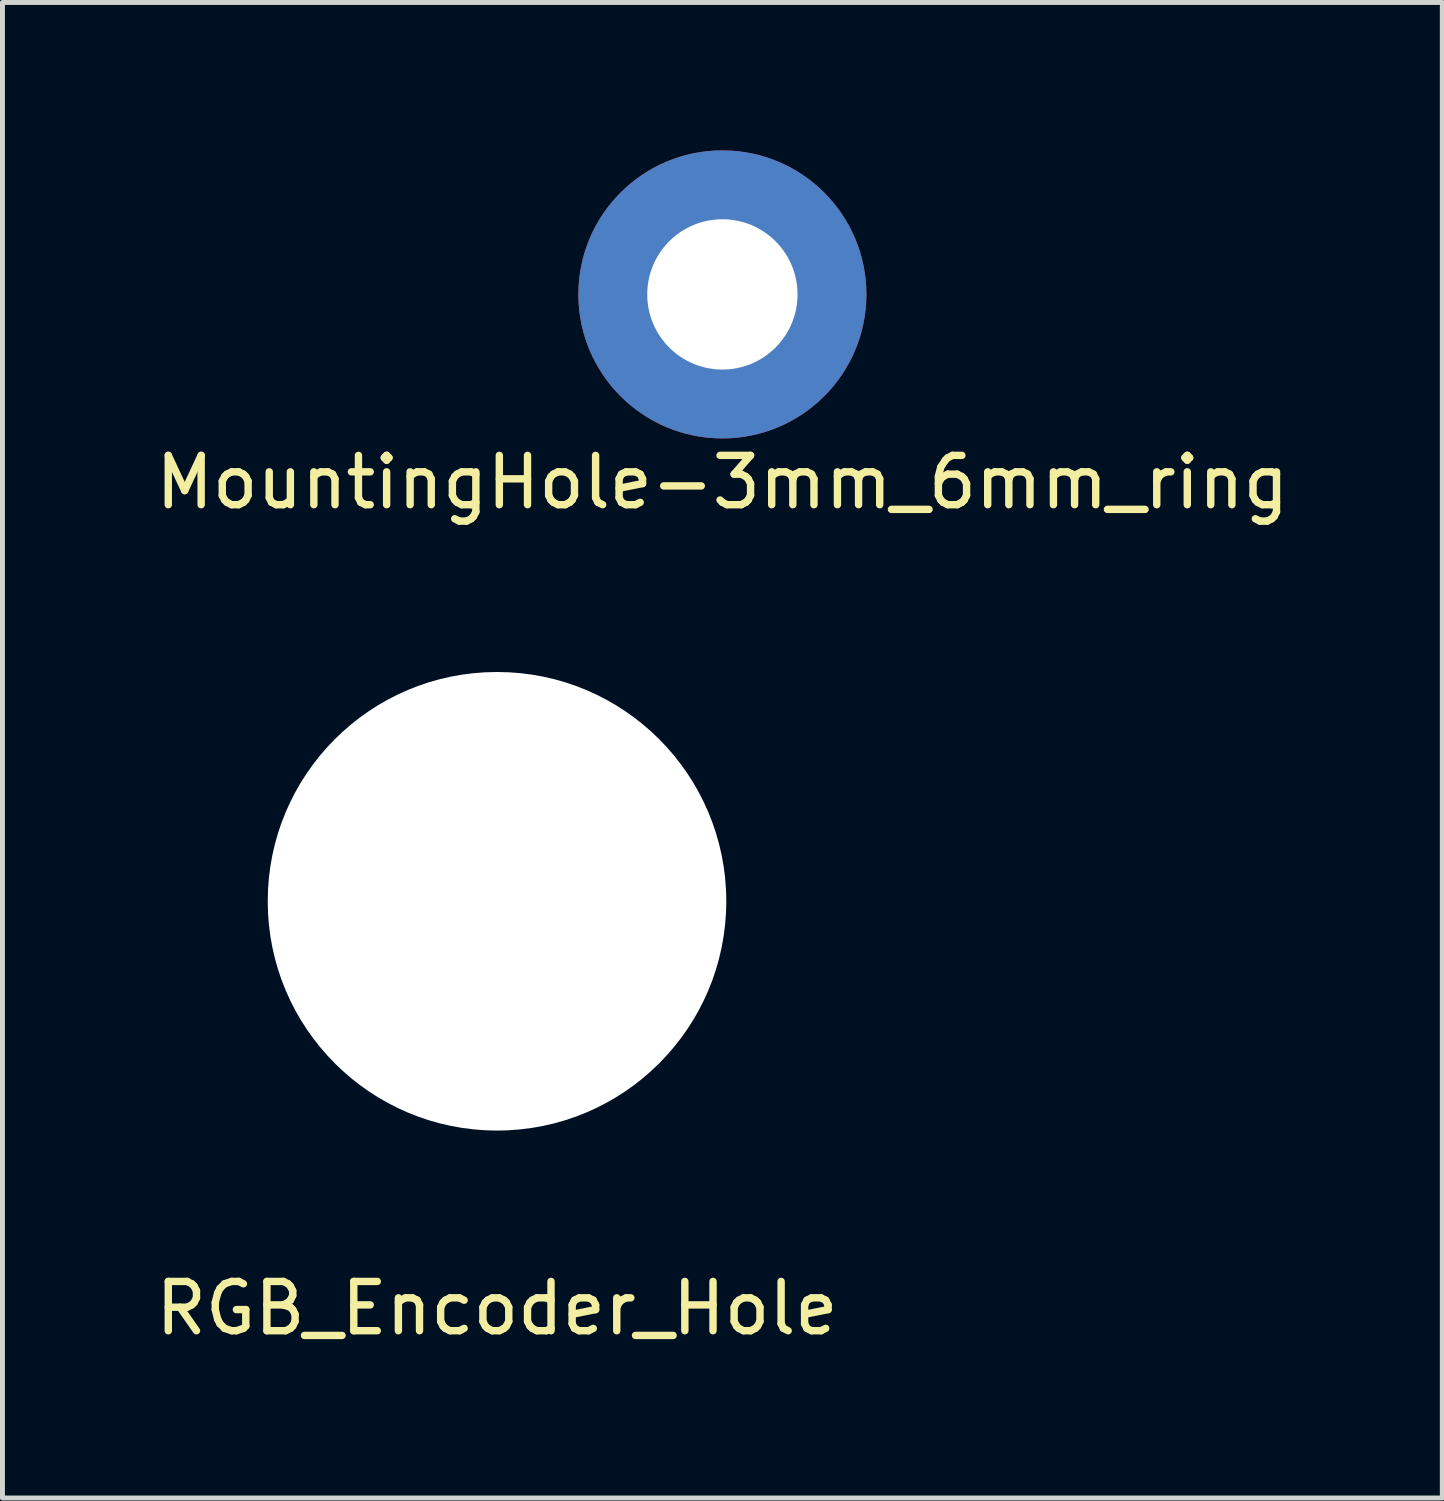
<source format=kicad_pcb>
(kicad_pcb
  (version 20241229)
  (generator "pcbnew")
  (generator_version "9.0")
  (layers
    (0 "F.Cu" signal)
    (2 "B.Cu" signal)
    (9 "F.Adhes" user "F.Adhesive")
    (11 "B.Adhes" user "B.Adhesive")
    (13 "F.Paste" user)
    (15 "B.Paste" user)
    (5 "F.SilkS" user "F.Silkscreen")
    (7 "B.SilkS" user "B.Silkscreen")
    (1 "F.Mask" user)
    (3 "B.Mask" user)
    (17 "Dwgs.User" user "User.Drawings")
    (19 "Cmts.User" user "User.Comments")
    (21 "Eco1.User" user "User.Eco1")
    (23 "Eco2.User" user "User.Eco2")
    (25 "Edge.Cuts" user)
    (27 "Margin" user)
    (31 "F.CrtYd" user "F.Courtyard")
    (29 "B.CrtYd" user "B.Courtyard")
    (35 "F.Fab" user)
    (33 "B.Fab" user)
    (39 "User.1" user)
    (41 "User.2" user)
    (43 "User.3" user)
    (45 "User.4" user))
  (footprint "RGB_Encoder_Hole"
    (layer "F.Cu")
    (at 7.03 15.229)
    (property "Reference" "RGB_Encoder_Hole" (at 0 8.255 0) (layer "F.SilkS") (effects (font (size 1 1) (thickness 0.15))))
    (attr through_hole)
    (pad "" np_thru_hole circle (at 0 0) (size 9.3 9.3) (drill 9.3) (layers "*.Cu" "*.Mask")))
  (footprint "MountingHole-3mm_6mm_ring"
    (layer "F.Cu")
    (at 11.601 2.921)
    (property "Reference" "MountingHole-3mm_6mm_ring" (at 0 3.81 0) (layer "F.SilkS") (effects (font (size 1 1) (thickness 0.15))))
    (attr through_hole)
    (pad "~" thru_hole circle (at 0 0) (size 5.842 5.842) (drill 3.048) (layers "*.Cu" "*.Mask")))
  (gr_rect
    (start -3 -3)
    (end 26.202 27.332)
    (stroke (width 0.1) (type default))
    (fill no)
    (layer "Edge.Cuts")))
</source>
